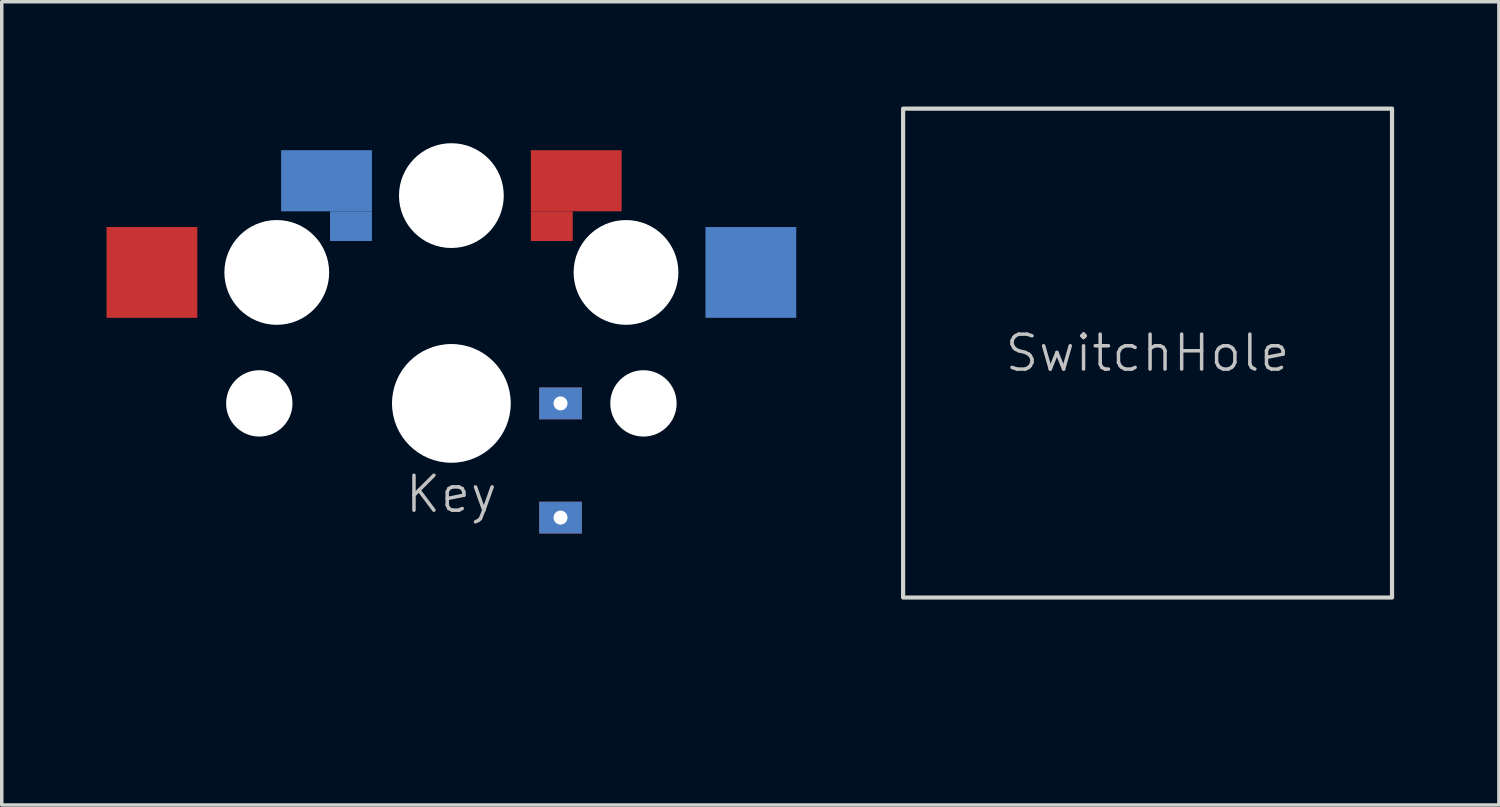
<source format=kicad_pcb>
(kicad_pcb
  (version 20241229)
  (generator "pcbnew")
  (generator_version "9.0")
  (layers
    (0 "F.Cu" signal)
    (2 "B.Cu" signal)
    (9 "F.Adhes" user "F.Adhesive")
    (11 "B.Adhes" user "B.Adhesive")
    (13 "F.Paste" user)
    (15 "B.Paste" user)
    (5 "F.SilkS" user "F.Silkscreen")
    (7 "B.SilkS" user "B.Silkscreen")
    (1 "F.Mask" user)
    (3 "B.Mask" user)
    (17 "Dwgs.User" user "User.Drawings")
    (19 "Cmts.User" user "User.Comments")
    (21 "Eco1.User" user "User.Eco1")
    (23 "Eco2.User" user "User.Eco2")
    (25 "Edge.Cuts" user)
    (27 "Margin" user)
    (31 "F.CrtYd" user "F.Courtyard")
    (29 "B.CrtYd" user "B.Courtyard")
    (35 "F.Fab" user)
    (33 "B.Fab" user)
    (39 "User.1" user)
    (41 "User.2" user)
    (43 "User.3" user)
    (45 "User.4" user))
  (footprint "Key"
    (layer "F.Cu")
    (at 9.875 8.501)
    (property "Reference" "Key" (at 0 2.6 0) (unlocked yes) (layer "Dwgs.User") (effects (font (size 1 1) (thickness 0.1))))
    (attr through_hole)
    (fp_rect (start -9 -8.5) (end 9 8.5) (stroke (width 0.001) (type default)) (fill no) (layer "Dwgs.User"))
    (fp_rect (start -6.9 -6.9) (end 6.9 6.9) (stroke (width 0.001) (type default)) (fill no) (layer "B.Fab"))
    (fp_rect (start 7.275 -8.275) (end -2.275 -1.425) (stroke (width 0.001) (type default)) (fill no) (layer "B.Fab"))
    (fp_rect (start -7.275 -8.275) (end 2.275 -1.425) (stroke (width 0.001) (type default)) (fill no) (layer "F.Fab"))
    (fp_rect (start -6.9 -6.9) (end 6.9 6.9) (stroke (width 0.001) (type default)) (fill no) (layer "F.Fab"))
    (pad "" np_thru_hole circle (at -5.5 0) (size 1.9 1.9) (drill 1.9) (layers "*.Cu" "*.Mask"))
    (pad "" np_thru_hole circle (at -5 -3.75) (size 3 3) (drill 3) (layers "*.Cu" "*.Mask"))
    (pad "" np_thru_hole circle (at 0 -5.95) (size 3 3) (drill 3) (layers "*.Cu" "*.Mask"))
    (pad "" np_thru_hole circle (at 0 0) (size 3.4 3.4) (drill 3.4) (layers "*.Cu" "*.Mask"))
    (pad "" np_thru_hole circle (at 5 -3.75) (size 3 3) (drill 3) (layers "*.Cu" "*.Mask"))
    (pad "" np_thru_hole circle (at 5.5 0) (size 1.9 1.9) (drill 1.9) (layers "*.Cu" "*.Mask"))
    (pad "1" smd rect (at -8.575 -3.75) (size 2.6 2.6) (layers "F.Cu" "F.Mask" "F.Paste"))
    (pad "2" smd rect (at -3.575 -6.375) (size 2.6 1.75) (layers "B.Cu" "B.Mask" "B.Paste"))
    (pad "2" smd rect (at -2.875 -5.075) (size 1.2 0.85) (layers "B.Cu" "B.Mask" "B.Paste"))
    (pad "3" smd rect (at 8.575 -3.75) (size 2.6 2.6) (layers "B.Cu" "B.Mask" "B.Paste"))
    (pad "4" smd rect (at 2.875 -5.075) (size 1.2 0.85) (layers "F.Cu" "F.Mask" "F.Paste"))
    (pad "4" smd rect (at 3.575 -6.375) (size 2.6 1.75) (layers "F.Cu" "F.Mask" "F.Paste"))
    (pad "5" thru_hole rect (at 3.125 0 90) (size 0.91 1.22) (drill 0.4) (layers "*.Cu" "*.Paste" "*.Mask"))
    (pad "6" thru_hole rect (at 3.125 3.27 90) (size 0.91 1.22) (drill 0.4) (layers "*.Cu" "*.Paste" "*.Mask")))
  (footprint "SwitchHole"
    (layer "F.Cu")
    (at 29.81 7.06)
    (property "Reference" "SwitchHole" (at 0 0 0) (unlocked yes) (layer "Dwgs.User") (effects (font (size 1 1) (thickness 0.1))))
    (fp_rect (start -7 -7) (end 7 7) (stroke (width 0.12) (type default)) (fill no) (layer "Edge.Cuts")))
  (gr_rect
    (start -3 -3)
    (end 39.87 20.001)
    (stroke (width 0.1) (type default))
    (fill no)
    (layer "Edge.Cuts")))
</source>
